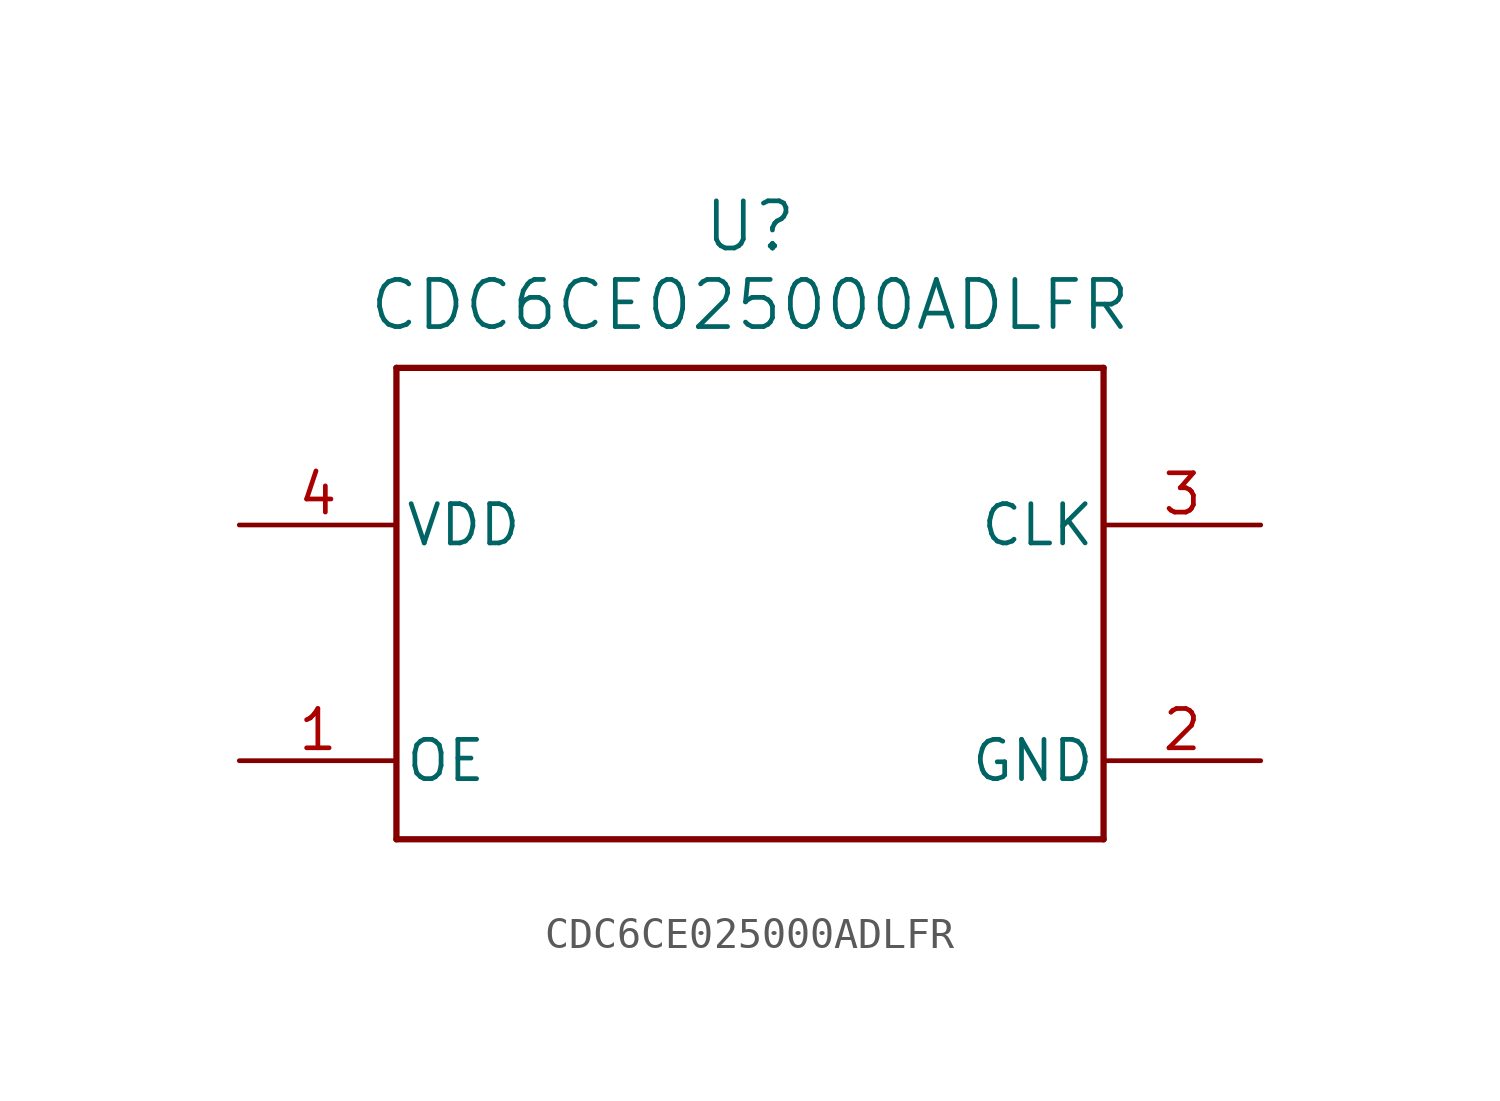
<source format=kicad_sym>
(kicad_symbol_lib
  (version 20241209)
  (generator "kicad_symbol_editor")
  (generator_version "9.0")
  (symbol "CDC6CE025000ADLFR"
    (pin_names
      (offset 0.254))
    (property "Reference" "U"
      (at 16.51 9.652 0)
      (effects (font (size 1.524 1.524))))
    (property "Value" "CDC6CE025000ADLFR"
      (at 16.51 7.112 0)
      (effects (font (size 1.524 1.524))))
    (symbol "CDC6CE025000ADLFR_0_1"
      (polyline (pts (xy 5.08 5.08) (xy 5.08 -10.16)) (stroke (width 0.203) (type default)) (fill (type none)))
      (polyline (pts (xy 5.08 -10.16) (xy 27.94 -10.16)) (stroke (width 0.203) (type default)) (fill (type none)))
      (polyline (pts (xy 27.94 5.08) (xy 5.08 5.08)) (stroke (width 0.203) (type default)) (fill (type none)))
      (polyline (pts (xy 27.94 -10.16) (xy 27.94 5.08)) (stroke (width 0.203) (type default)) (fill (type none)))
      (pin power_in line (at 0 0 0) (length 5.08) (name "VDD" (effects (font (size 1.27 1.27)))) (number "4" (effects (font (size 1.27 1.27)))))
      (pin input line (at 0 -7.62 0) (length 5.08) (name "OE" (effects (font (size 1.27 1.27)))) (number "1" (effects (font (size 1.27 1.27)))))
      (pin output line (at 33.02 0 180) (length 5.08) (name "CLK" (effects (font (size 1.27 1.27)))) (number "3" (effects (font (size 1.27 1.27)))))
      (pin power_in line (at 33.02 -7.62 180) (length 5.08) (name "GND" (effects (font (size 1.27 1.27)))) (number "2" (effects (font (size 1.27 1.27))))))))
</source>
